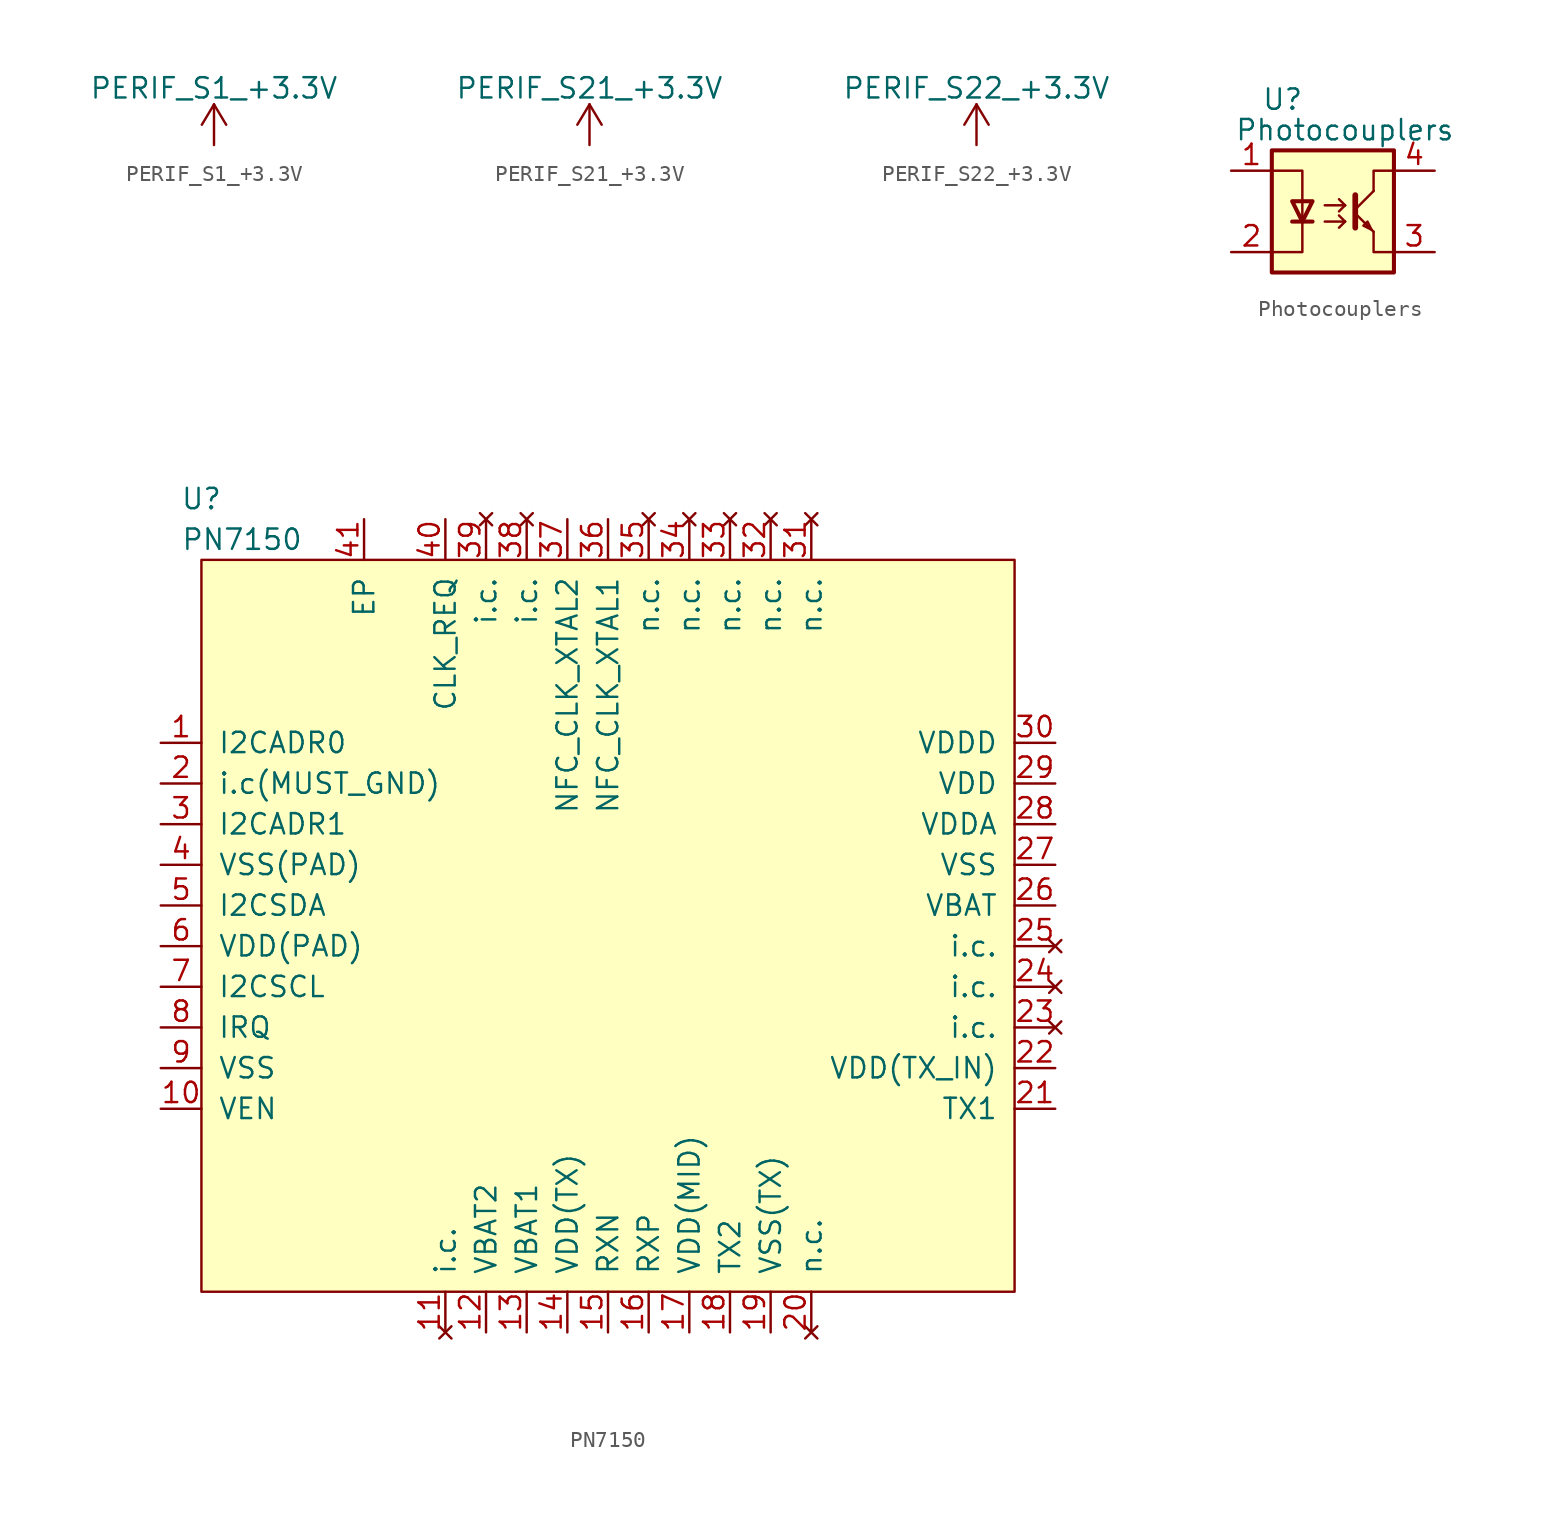
<source format=kicad_sym>
(kicad_symbol_lib
  (version 20201005)
  (generator kicad_symbol_editor)
  (symbol "mSchLibrary:PERIF_S1_+3.3V"
    (power)
    (pin_names
      (offset 0))
    (property "Reference" "#PWR"
      (at 5.08 -2.54 0)
      (effects (font (size 1.27 1.27)) hide))
    (property "Value" "PERIF_S1_+3.3V"
      (at 0 3.556 0)
      (effects (font (size 1.27 1.27))))
    (symbol "PERIF_S1_+3.3V_0_1"
      (polyline (pts (xy -0.762 1.27) (xy 0 2.54)) (stroke (width 0)) (fill (type none)))
      (polyline (pts (xy 0 0) (xy 0 2.54)) (stroke (width 0)) (fill (type none)))
      (polyline (pts (xy 0 2.54) (xy 0.762 1.27)) (stroke (width 0)) (fill (type none))))
    (symbol "PERIF_S1_+3.3V_1_1"
      (pin power_in line (at 0 0 0) (length 0) hide (name "PERIF_S1_+3.3V" (effects (font (size 1.27 1.27)))) (number "1" (effects (font (size 1.27 1.27)))))))
  (symbol "mSchLibrary:PERIF_S21_+3.3V"
    (power)
    (pin_names
      (offset 0))
    (property "Reference" "#PWR"
      (at 5.08 -2.54 0)
      (effects (font (size 1.27 1.27)) hide))
    (property "Value" "PERIF_S21_+3.3V"
      (at 0 3.556 0)
      (effects (font (size 1.27 1.27))))
    (symbol "PERIF_S21_+3.3V_0_1"
      (polyline (pts (xy -0.762 1.27) (xy 0 2.54)) (stroke (width 0)) (fill (type none)))
      (polyline (pts (xy 0 0) (xy 0 2.54)) (stroke (width 0)) (fill (type none)))
      (polyline (pts (xy 0 2.54) (xy 0.762 1.27)) (stroke (width 0)) (fill (type none))))
    (symbol "PERIF_S21_+3.3V_1_1"
      (pin power_in line (at 0 0 0) (length 0) hide (name "PERIF_S21_+3.3V" (effects (font (size 1.27 1.27)))) (number "1" (effects (font (size 1.27 1.27)))))))
  (symbol "mSchLibrary:PERIF_S22_+3.3V"
    (power)
    (pin_names
      (offset 0))
    (property "Reference" "#PWR"
      (at 5.08 -2.54 0)
      (effects (font (size 1.27 1.27)) hide))
    (property "Value" "PERIF_S22_+3.3V"
      (at 0 3.556 0)
      (effects (font (size 1.27 1.27))))
    (symbol "PERIF_S22_+3.3V_0_1"
      (polyline (pts (xy -0.762 1.27) (xy 0 2.54)) (stroke (width 0)) (fill (type none)))
      (polyline (pts (xy 0 0) (xy 0 2.54)) (stroke (width 0)) (fill (type none)))
      (polyline (pts (xy 0 2.54) (xy 0.762 1.27)) (stroke (width 0)) (fill (type none))))
    (symbol "PERIF_S22_+3.3V_1_1"
      (pin power_in line (at 0 0 0) (length 0) hide (name "PERIF_S22_+3.3V" (effects (font (size 1.27 1.27)))) (number "1" (effects (font (size 1.27 1.27)))))))
  (symbol "mSchLibrary:Photocouplers"
    (pin_names
      (offset 0.025) hide)
    (property "Reference" "U"
      (at -4.445 6.985 0)
      (effects (font (size 1.27 1.27)) (justify left)))
    (property "Value" "Photocouplers"
      (at 7.62 5.08 0)
      (effects (font (size 1.27 1.27)) (justify right)))
    (symbol "Photocouplers_0_1"
      (polyline (pts (xy -2.54 -0.635) (xy -1.27 -0.635)) (stroke (width 0.254)) (fill (type none)))
      (polyline (pts (xy -0.508 -0.635) (xy 0.762 -0.635)) (stroke (width 0)) (fill (type none)))
      (polyline (pts (xy -0.508 0.381) (xy 0.762 0.381)) (stroke (width 0)) (fill (type none)))
      (polyline (pts (xy 0.762 -0.635) (xy 0.381 -1.016)) (stroke (width 0)) (fill (type none)))
      (polyline (pts (xy 0.762 -0.635) (xy 0.381 -0.254)) (stroke (width 0)) (fill (type none)))
      (polyline (pts (xy 0.762 0.381) (xy 0.381 0)) (stroke (width 0)) (fill (type none)))
      (polyline (pts (xy 0.762 0.381) (xy 0.381 0.762)) (stroke (width 0)) (fill (type none)))
      (polyline (pts (xy 1.397 -0.127) (xy 2.54 -1.27)) (stroke (width 0)) (fill (type none)))
      (polyline (pts (xy 1.397 0.127) (xy 2.54 1.27)) (stroke (width 0)) (fill (type none)))
      (polyline (pts (xy 1.397 1.016) (xy 1.397 -1.016) (xy 1.397 -1.016)) (stroke (width 0.356)) (fill (type none)))
      (polyline (pts (xy 2.54 -1.27) (xy 2.54 -2.54) (xy 3.81 -2.54)) (stroke (width 0)) (fill (type none)))
      (polyline (pts (xy 2.54 1.27) (xy 2.54 2.54) (xy 3.81 2.54)) (stroke (width 0)) (fill (type none)))
      (polyline (pts (xy -3.81 -2.54) (xy -1.905 -2.54) (xy -1.905 2.54) (xy -3.81 2.54)) (stroke (width 0)) (fill (type none)))
      (polyline (pts (xy -1.905 -0.635) (xy -2.54 0.635) (xy -1.27 0.635) (xy -1.905 -0.635)) (stroke (width 0.254)) (fill (type none)))
      (polyline (pts (xy 2.413 -1.143) (xy 2.159 -0.635) (xy 1.905 -0.889) (xy 2.413 -1.143)) (stroke (width 0)) (fill (type none)))
      (polyline (pts (xy -3.81 -3.81) (xy 3.81 -3.81) (xy 3.81 3.81) (xy -3.81 3.81) (xy -3.81 -3.81)) (stroke (width 0.254)) (fill (type background))))
    (symbol "Photocouplers_1_1"
      (pin passive line (at -6.35 2.54 0) (length 2.54) (name "K" (effects (font (size 1.27 1.27)))) (number "1" (effects (font (size 1.27 1.27)))))
      (pin passive line (at -6.35 -2.54 0) (length 2.54) (name "A" (effects (font (size 1.27 1.27)))) (number "2" (effects (font (size 1.27 1.27)))))
      (pin open_collector line (at 6.35 -2.54 180) (length 2.54) (name "C" (effects (font (size 1.27 1.27)))) (number "3" (effects (font (size 1.27 1.27)))))
      (pin open_emitter line (at 6.35 2.54 180) (length 2.54) (name "E" (effects (font (size 1.27 1.27)))) (number "4" (effects (font (size 1.27 1.27)))))))
  (symbol "mSchLibrary:PN7150"
    (pin_names
      (offset 1.016))
    (property "Reference" "U"
      (at -25.4 26.67 0)
      (effects (font (size 1.27 1.27))))
    (property "Value" "PN7150"
      (at -22.86 24.13 0)
      (effects (font (size 1.27 1.27))))
    (symbol "PN7150_0_0"
      (pin input line (at -27.94 11.43 0) (length 2.54) (name "I2CADR0" (effects (font (size 1.27 1.27)))) (number "1" (effects (font (size 1.27 1.27)))))
      (pin input line (at -27.94 -11.43 0) (length 2.54) (name "VEN" (effects (font (size 1.27 1.27)))) (number "10" (effects (font (size 1.27 1.27)))))
      (pin no_connect line (at -10.16 -25.4 90) (length 2.54) (name "i.c." (effects (font (size 1.27 1.27)))) (number "11" (effects (font (size 1.27 1.27)))))
      (pin power_in line (at -7.62 -25.4 90) (length 2.54) (name "VBAT2" (effects (font (size 1.27 1.27)))) (number "12" (effects (font (size 1.27 1.27)))))
      (pin power_in line (at -5.08 -25.4 90) (length 2.54) (name "VBAT1" (effects (font (size 1.27 1.27)))) (number "13" (effects (font (size 1.27 1.27)))))
      (pin power_in line (at -2.54 -25.4 90) (length 2.54) (name "VDD(TX)" (effects (font (size 1.27 1.27)))) (number "14" (effects (font (size 1.27 1.27)))))
      (pin input line (at 0 -25.4 90) (length 2.54) (name "RXN" (effects (font (size 1.27 1.27)))) (number "15" (effects (font (size 1.27 1.27)))))
      (pin input line (at 2.54 -25.4 90) (length 2.54) (name "RXP" (effects (font (size 1.27 1.27)))) (number "16" (effects (font (size 1.27 1.27)))))
      (pin power_in line (at 5.08 -25.4 90) (length 2.54) (name "VDD(MID)" (effects (font (size 1.27 1.27)))) (number "17" (effects (font (size 1.27 1.27)))))
      (pin output line (at 7.62 -25.4 90) (length 2.54) (name "TX2" (effects (font (size 1.27 1.27)))) (number "18" (effects (font (size 1.27 1.27)))))
      (pin power_in line (at 10.16 -25.4 90) (length 2.54) (name "VSS(TX)" (effects (font (size 1.27 1.27)))) (number "19" (effects (font (size 1.27 1.27)))))
      (pin input line (at -27.94 8.89 0) (length 2.54) (name "i.c(MUST_GND)" (effects (font (size 1.27 1.27)))) (number "2" (effects (font (size 1.27 1.27)))))
      (pin no_connect line (at 12.7 -25.4 90) (length 2.54) (name "n.c." (effects (font (size 1.27 1.27)))) (number "20" (effects (font (size 1.27 1.27)))))
      (pin output line (at 27.94 -11.43 180) (length 2.54) (name "TX1" (effects (font (size 1.27 1.27)))) (number "21" (effects (font (size 1.27 1.27)))))
      (pin power_in line (at 27.94 -8.89 180) (length 2.54) (name "VDD(TX_IN)" (effects (font (size 1.27 1.27)))) (number "22" (effects (font (size 1.27 1.27)))))
      (pin no_connect line (at 27.94 -6.35 180) (length 2.54) (name "i.c." (effects (font (size 1.27 1.27)))) (number "23" (effects (font (size 1.27 1.27)))))
      (pin no_connect line (at 27.94 -3.81 180) (length 2.54) (name "i.c." (effects (font (size 1.27 1.27)))) (number "24" (effects (font (size 1.27 1.27)))))
      (pin no_connect line (at 27.94 -1.27 180) (length 2.54) (name "i.c." (effects (font (size 1.27 1.27)))) (number "25" (effects (font (size 1.27 1.27)))))
      (pin power_in line (at 27.94 1.27 180) (length 2.54) (name "VBAT" (effects (font (size 1.27 1.27)))) (number "26" (effects (font (size 1.27 1.27)))))
      (pin input line (at 27.94 3.81 180) (length 2.54) (name "VSS" (effects (font (size 1.27 1.27)))) (number "27" (effects (font (size 1.27 1.27)))))
      (pin power_in line (at 27.94 6.35 180) (length 2.54) (name "VDDA" (effects (font (size 1.27 1.27)))) (number "28" (effects (font (size 1.27 1.27)))))
      (pin power_in line (at 27.94 8.89 180) (length 2.54) (name "VDD" (effects (font (size 1.27 1.27)))) (number "29" (effects (font (size 1.27 1.27)))))
      (pin input line (at -27.94 6.35 0) (length 2.54) (name "I2CADR1" (effects (font (size 1.27 1.27)))) (number "3" (effects (font (size 1.27 1.27)))))
      (pin power_in line (at 27.94 11.43 180) (length 2.54) (name "VDDD" (effects (font (size 1.27 1.27)))) (number "30" (effects (font (size 1.27 1.27)))))
      (pin no_connect line (at 12.7 25.4 270) (length 2.54) (name "n.c." (effects (font (size 1.27 1.27)))) (number "31" (effects (font (size 1.27 1.27)))))
      (pin no_connect line (at 10.16 25.4 270) (length 2.54) (name "n.c." (effects (font (size 1.27 1.27)))) (number "32" (effects (font (size 1.27 1.27)))))
      (pin no_connect line (at 7.62 25.4 270) (length 2.54) (name "n.c." (effects (font (size 1.27 1.27)))) (number "33" (effects (font (size 1.27 1.27)))))
      (pin no_connect line (at 5.08 25.4 270) (length 2.54) (name "n.c." (effects (font (size 1.27 1.27)))) (number "34" (effects (font (size 1.27 1.27)))))
      (pin no_connect line (at 2.54 25.4 270) (length 2.54) (name "n.c." (effects (font (size 1.27 1.27)))) (number "35" (effects (font (size 1.27 1.27)))))
      (pin input line (at 0 25.4 270) (length 2.54) (name "NFC_CLK_XTAL1" (effects (font (size 1.27 1.27)))) (number "36" (effects (font (size 1.27 1.27)))))
      (pin output line (at -2.54 25.4 270) (length 2.54) (name "NFC_CLK_XTAL2" (effects (font (size 1.27 1.27)))) (number "37" (effects (font (size 1.27 1.27)))))
      (pin no_connect line (at -5.08 25.4 270) (length 2.54) (name "i.c." (effects (font (size 1.27 1.27)))) (number "38" (effects (font (size 1.27 1.27)))))
      (pin no_connect line (at -7.62 25.4 270) (length 2.54) (name "i.c." (effects (font (size 1.27 1.27)))) (number "39" (effects (font (size 1.27 1.27)))))
      (pin power_in line (at -27.94 3.81 0) (length 2.54) (name "VSS(PAD)" (effects (font (size 1.27 1.27)))) (number "4" (effects (font (size 1.27 1.27)))))
      (pin output line (at -10.16 25.4 270) (length 2.54) (name "CLK_REQ" (effects (font (size 1.27 1.27)))) (number "40" (effects (font (size 1.27 1.27)))))
      (pin power_in line (at -15.24 25.4 270) (length 2.54) (name "EP" (effects (font (size 1.27 1.27)))) (number "41" (effects (font (size 1.27 1.27)))))
      (pin input line (at -27.94 1.27 0) (length 2.54) (name "I2CSDA" (effects (font (size 1.27 1.27)))) (number "5" (effects (font (size 1.27 1.27)))))
      (pin power_in line (at -27.94 -1.27 0) (length 2.54) (name "VDD(PAD)" (effects (font (size 1.27 1.27)))) (number "6" (effects (font (size 1.27 1.27)))))
      (pin input line (at -27.94 -3.81 0) (length 2.54) (name "I2CSCL" (effects (font (size 1.27 1.27)))) (number "7" (effects (font (size 1.27 1.27)))))
      (pin output line (at -27.94 -6.35 0) (length 2.54) (name "IRQ" (effects (font (size 1.27 1.27)))) (number "8" (effects (font (size 1.27 1.27)))))
      (pin power_in line (at -27.94 -8.89 0) (length 2.54) (name "VSS" (effects (font (size 1.27 1.27)))) (number "9" (effects (font (size 1.27 1.27))))))
    (symbol "PN7150_0_1"
      (rectangle (start -25.4 22.86) (end 25.4 -22.86) (stroke (width 0)) (fill (type background))))))
</source>
